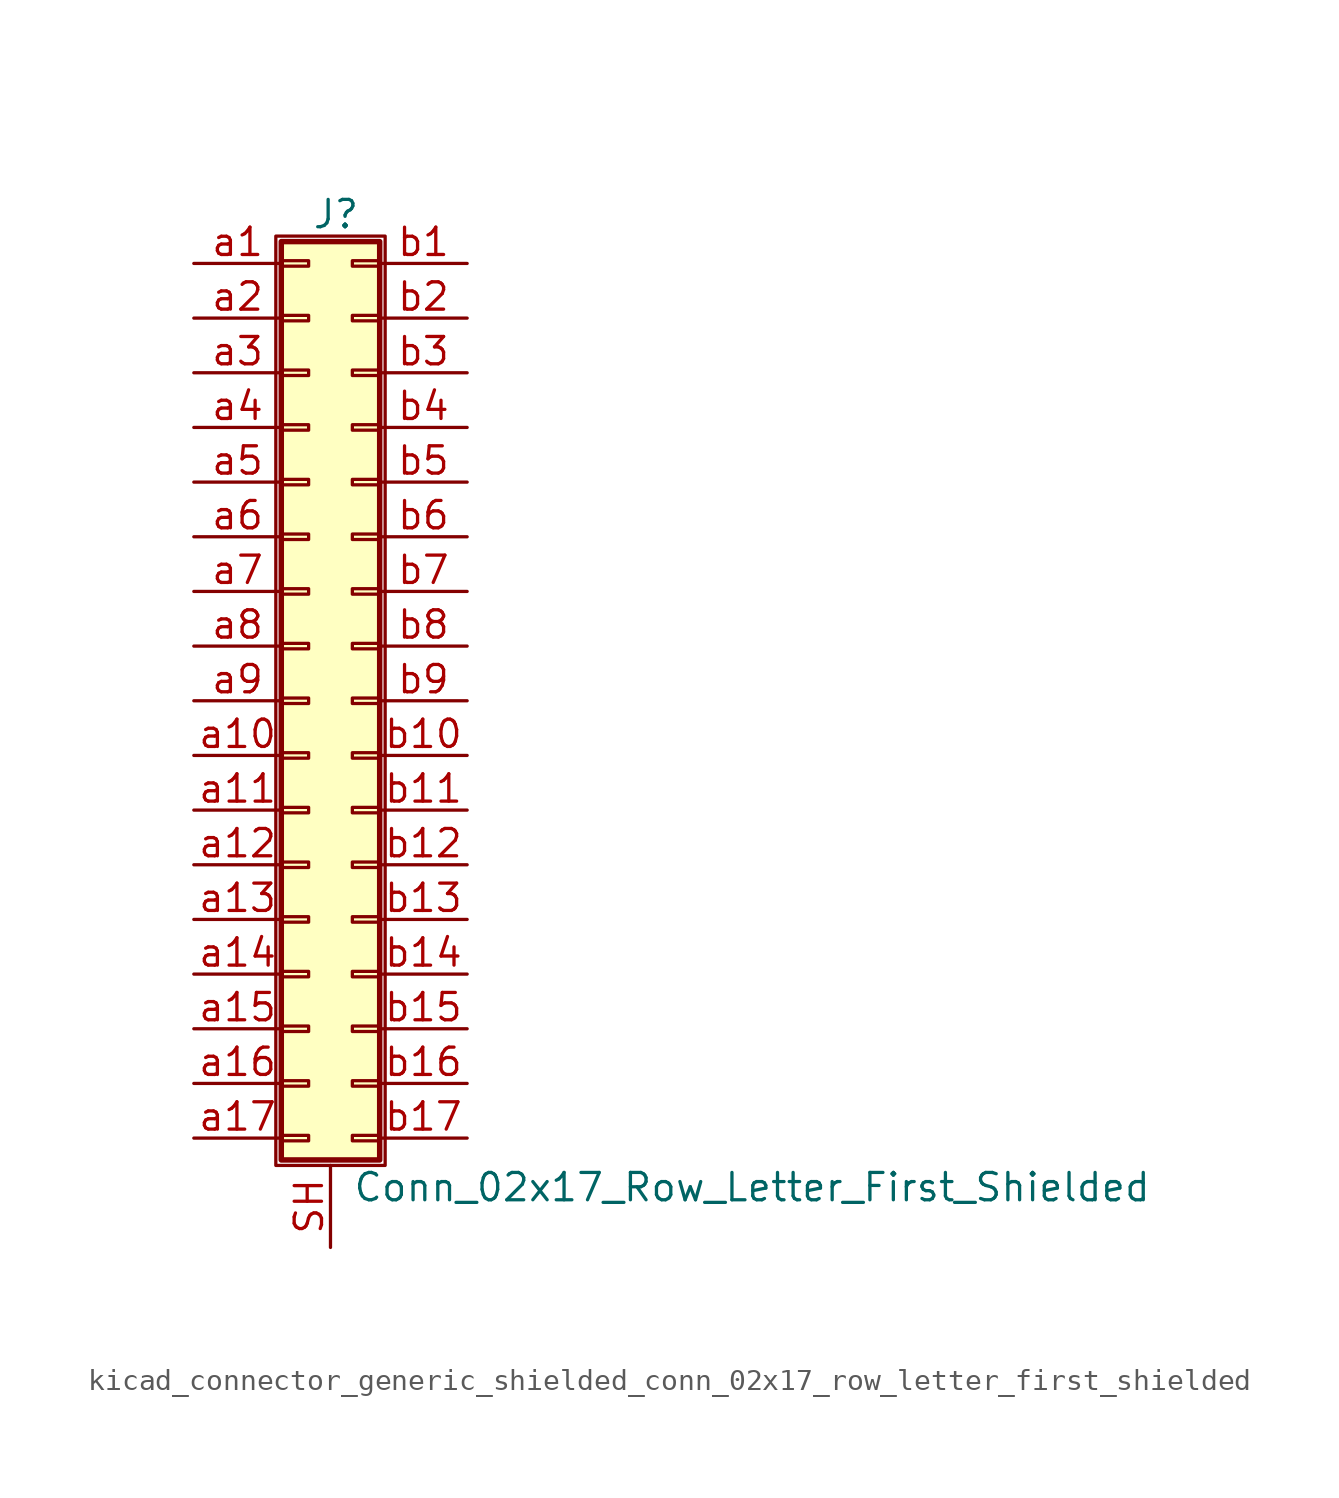
<source format=kicad_sym>
(kicad_symbol_lib
  (version 20220914)
  (generator kicad_symbol_editor)
  (symbol "kicad_connector_generic_shielded_conn_02x17_row_letter_first_shielded"
    (pin_names
      (offset 1.016) hide)
    (property "Reference" "J"
      (at 1.524 22.606 0)
      (effects (font (size 1.27 1.27))))
    (property "Value" "Conn_02x17_Row_Letter_First_Shielded"
      (at 2.286 -22.606 0)
      (effects (font (size 1.27 1.27)) (justify left)))
    (symbol "kicad_connector_generic_shielded_conn_02x17_row_letter_first_shielded_1_1"
      (rectangle (start -1.27 21.59) (end 3.81 -21.59) (stroke (width 0.152) (type default)) (fill (type none)))
      (rectangle (start -1.016 -20.193) (end 0.254 -20.447) (stroke (width 0.152) (type default)) (fill (type none)))
      (rectangle (start -1.016 -17.653) (end 0.254 -17.907) (stroke (width 0.152) (type default)) (fill (type none)))
      (rectangle (start -1.016 -15.113) (end 0.254 -15.367) (stroke (width 0.152) (type default)) (fill (type none)))
      (rectangle (start -1.016 -12.573) (end 0.254 -12.827) (stroke (width 0.152) (type default)) (fill (type none)))
      (rectangle (start -1.016 -10.033) (end 0.254 -10.287) (stroke (width 0.152) (type default)) (fill (type none)))
      (rectangle (start -1.016 -7.493) (end 0.254 -7.747) (stroke (width 0.152) (type default)) (fill (type none)))
      (rectangle (start -1.016 -4.953) (end 0.254 -5.207) (stroke (width 0.152) (type default)) (fill (type none)))
      (rectangle (start -1.016 -2.413) (end 0.254 -2.667) (stroke (width 0.152) (type default)) (fill (type none)))
      (rectangle (start -1.016 0.127) (end 0.254 -0.127) (stroke (width 0.152) (type default)) (fill (type none)))
      (rectangle (start -1.016 2.667) (end 0.254 2.413) (stroke (width 0.152) (type default)) (fill (type none)))
      (rectangle (start -1.016 5.207) (end 0.254 4.953) (stroke (width 0.152) (type default)) (fill (type none)))
      (rectangle (start -1.016 7.747) (end 0.254 7.493) (stroke (width 0.152) (type default)) (fill (type none)))
      (rectangle (start -1.016 10.287) (end 0.254 10.033) (stroke (width 0.152) (type default)) (fill (type none)))
      (rectangle (start -1.016 12.827) (end 0.254 12.573) (stroke (width 0.152) (type default)) (fill (type none)))
      (rectangle (start -1.016 15.367) (end 0.254 15.113) (stroke (width 0.152) (type default)) (fill (type none)))
      (rectangle (start -1.016 17.907) (end 0.254 17.653) (stroke (width 0.152) (type default)) (fill (type none)))
      (rectangle (start -1.016 20.447) (end 0.254 20.193) (stroke (width 0.152) (type default)) (fill (type none)))
      (rectangle (start -1.016 21.336) (end 3.556 -21.336) (stroke (width 0.254) (type default)) (fill (type background)))
      (rectangle (start 3.556 -20.193) (end 2.286 -20.447) (stroke (width 0.152) (type default)) (fill (type none)))
      (rectangle (start 3.556 -17.653) (end 2.286 -17.907) (stroke (width 0.152) (type default)) (fill (type none)))
      (rectangle (start 3.556 -15.113) (end 2.286 -15.367) (stroke (width 0.152) (type default)) (fill (type none)))
      (rectangle (start 3.556 -12.573) (end 2.286 -12.827) (stroke (width 0.152) (type default)) (fill (type none)))
      (rectangle (start 3.556 -10.033) (end 2.286 -10.287) (stroke (width 0.152) (type default)) (fill (type none)))
      (rectangle (start 3.556 -7.493) (end 2.286 -7.747) (stroke (width 0.152) (type default)) (fill (type none)))
      (rectangle (start 3.556 -4.953) (end 2.286 -5.207) (stroke (width 0.152) (type default)) (fill (type none)))
      (rectangle (start 3.556 -2.413) (end 2.286 -2.667) (stroke (width 0.152) (type default)) (fill (type none)))
      (rectangle (start 3.556 0.127) (end 2.286 -0.127) (stroke (width 0.152) (type default)) (fill (type none)))
      (rectangle (start 3.556 2.667) (end 2.286 2.413) (stroke (width 0.152) (type default)) (fill (type none)))
      (rectangle (start 3.556 5.207) (end 2.286 4.953) (stroke (width 0.152) (type default)) (fill (type none)))
      (rectangle (start 3.556 7.747) (end 2.286 7.493) (stroke (width 0.152) (type default)) (fill (type none)))
      (rectangle (start 3.556 10.287) (end 2.286 10.033) (stroke (width 0.152) (type default)) (fill (type none)))
      (rectangle (start 3.556 12.827) (end 2.286 12.573) (stroke (width 0.152) (type default)) (fill (type none)))
      (rectangle (start 3.556 15.367) (end 2.286 15.113) (stroke (width 0.152) (type default)) (fill (type none)))
      (rectangle (start 3.556 17.907) (end 2.286 17.653) (stroke (width 0.152) (type default)) (fill (type none)))
      (rectangle (start 3.556 20.447) (end 2.286 20.193) (stroke (width 0.152) (type default)) (fill (type none)))
      (pin passive line (at 1.27 -25.4 90) (length 3.81) (name "Shield" (effects (font (size 1.27 1.27)))) (number "SH" (effects (font (size 1.27 1.27)))))
      (pin passive line (at -5.08 20.32 0) (length 4.064) (name "Pin_a1" (effects (font (size 1.27 1.27)))) (number "a1" (effects (font (size 1.27 1.27)))))
      (pin passive line (at -5.08 -2.54 0) (length 4.064) (name "Pin_a10" (effects (font (size 1.27 1.27)))) (number "a10" (effects (font (size 1.27 1.27)))))
      (pin passive line (at -5.08 -5.08 0) (length 4.064) (name "Pin_a11" (effects (font (size 1.27 1.27)))) (number "a11" (effects (font (size 1.27 1.27)))))
      (pin passive line (at -5.08 -7.62 0) (length 4.064) (name "Pin_a12" (effects (font (size 1.27 1.27)))) (number "a12" (effects (font (size 1.27 1.27)))))
      (pin passive line (at -5.08 -10.16 0) (length 4.064) (name "Pin_a13" (effects (font (size 1.27 1.27)))) (number "a13" (effects (font (size 1.27 1.27)))))
      (pin passive line (at -5.08 -12.7 0) (length 4.064) (name "Pin_a14" (effects (font (size 1.27 1.27)))) (number "a14" (effects (font (size 1.27 1.27)))))
      (pin passive line (at -5.08 -15.24 0) (length 4.064) (name "Pin_a15" (effects (font (size 1.27 1.27)))) (number "a15" (effects (font (size 1.27 1.27)))))
      (pin passive line (at -5.08 -17.78 0) (length 4.064) (name "Pin_a16" (effects (font (size 1.27 1.27)))) (number "a16" (effects (font (size 1.27 1.27)))))
      (pin passive line (at -5.08 -20.32 0) (length 4.064) (name "Pin_a17" (effects (font (size 1.27 1.27)))) (number "a17" (effects (font (size 1.27 1.27)))))
      (pin passive line (at -5.08 17.78 0) (length 4.064) (name "Pin_a2" (effects (font (size 1.27 1.27)))) (number "a2" (effects (font (size 1.27 1.27)))))
      (pin passive line (at -5.08 15.24 0) (length 4.064) (name "Pin_a3" (effects (font (size 1.27 1.27)))) (number "a3" (effects (font (size 1.27 1.27)))))
      (pin passive line (at -5.08 12.7 0) (length 4.064) (name "Pin_a4" (effects (font (size 1.27 1.27)))) (number "a4" (effects (font (size 1.27 1.27)))))
      (pin passive line (at -5.08 10.16 0) (length 4.064) (name "Pin_a5" (effects (font (size 1.27 1.27)))) (number "a5" (effects (font (size 1.27 1.27)))))
      (pin passive line (at -5.08 7.62 0) (length 4.064) (name "Pin_a6" (effects (font (size 1.27 1.27)))) (number "a6" (effects (font (size 1.27 1.27)))))
      (pin passive line (at -5.08 5.08 0) (length 4.064) (name "Pin_a7" (effects (font (size 1.27 1.27)))) (number "a7" (effects (font (size 1.27 1.27)))))
      (pin passive line (at -5.08 2.54 0) (length 4.064) (name "Pin_a8" (effects (font (size 1.27 1.27)))) (number "a8" (effects (font (size 1.27 1.27)))))
      (pin passive line (at -5.08 0 0) (length 4.064) (name "Pin_a9" (effects (font (size 1.27 1.27)))) (number "a9" (effects (font (size 1.27 1.27)))))
      (pin passive line (at 7.62 20.32 180) (length 4.064) (name "Pin_b1" (effects (font (size 1.27 1.27)))) (number "b1" (effects (font (size 1.27 1.27)))))
      (pin passive line (at 7.62 -2.54 180) (length 4.064) (name "Pin_b10" (effects (font (size 1.27 1.27)))) (number "b10" (effects (font (size 1.27 1.27)))))
      (pin passive line (at 7.62 -5.08 180) (length 4.064) (name "Pin_b11" (effects (font (size 1.27 1.27)))) (number "b11" (effects (font (size 1.27 1.27)))))
      (pin passive line (at 7.62 -7.62 180) (length 4.064) (name "Pin_b12" (effects (font (size 1.27 1.27)))) (number "b12" (effects (font (size 1.27 1.27)))))
      (pin passive line (at 7.62 -10.16 180) (length 4.064) (name "Pin_b13" (effects (font (size 1.27 1.27)))) (number "b13" (effects (font (size 1.27 1.27)))))
      (pin passive line (at 7.62 -12.7 180) (length 4.064) (name "Pin_b14" (effects (font (size 1.27 1.27)))) (number "b14" (effects (font (size 1.27 1.27)))))
      (pin passive line (at 7.62 -15.24 180) (length 4.064) (name "Pin_b15" (effects (font (size 1.27 1.27)))) (number "b15" (effects (font (size 1.27 1.27)))))
      (pin passive line (at 7.62 -17.78 180) (length 4.064) (name "Pin_b16" (effects (font (size 1.27 1.27)))) (number "b16" (effects (font (size 1.27 1.27)))))
      (pin passive line (at 7.62 -20.32 180) (length 4.064) (name "Pin_b17" (effects (font (size 1.27 1.27)))) (number "b17" (effects (font (size 1.27 1.27)))))
      (pin passive line (at 7.62 17.78 180) (length 4.064) (name "Pin_b2" (effects (font (size 1.27 1.27)))) (number "b2" (effects (font (size 1.27 1.27)))))
      (pin passive line (at 7.62 15.24 180) (length 4.064) (name "Pin_b3" (effects (font (size 1.27 1.27)))) (number "b3" (effects (font (size 1.27 1.27)))))
      (pin passive line (at 7.62 12.7 180) (length 4.064) (name "Pin_b4" (effects (font (size 1.27 1.27)))) (number "b4" (effects (font (size 1.27 1.27)))))
      (pin passive line (at 7.62 10.16 180) (length 4.064) (name "Pin_b5" (effects (font (size 1.27 1.27)))) (number "b5" (effects (font (size 1.27 1.27)))))
      (pin passive line (at 7.62 7.62 180) (length 4.064) (name "Pin_b6" (effects (font (size 1.27 1.27)))) (number "b6" (effects (font (size 1.27 1.27)))))
      (pin passive line (at 7.62 5.08 180) (length 4.064) (name "Pin_b7" (effects (font (size 1.27 1.27)))) (number "b7" (effects (font (size 1.27 1.27)))))
      (pin passive line (at 7.62 2.54 180) (length 4.064) (name "Pin_b8" (effects (font (size 1.27 1.27)))) (number "b8" (effects (font (size 1.27 1.27)))))
      (pin passive line (at 7.62 0 180) (length 4.064) (name "Pin_b9" (effects (font (size 1.27 1.27)))) (number "b9" (effects (font (size 1.27 1.27))))))))
</source>
